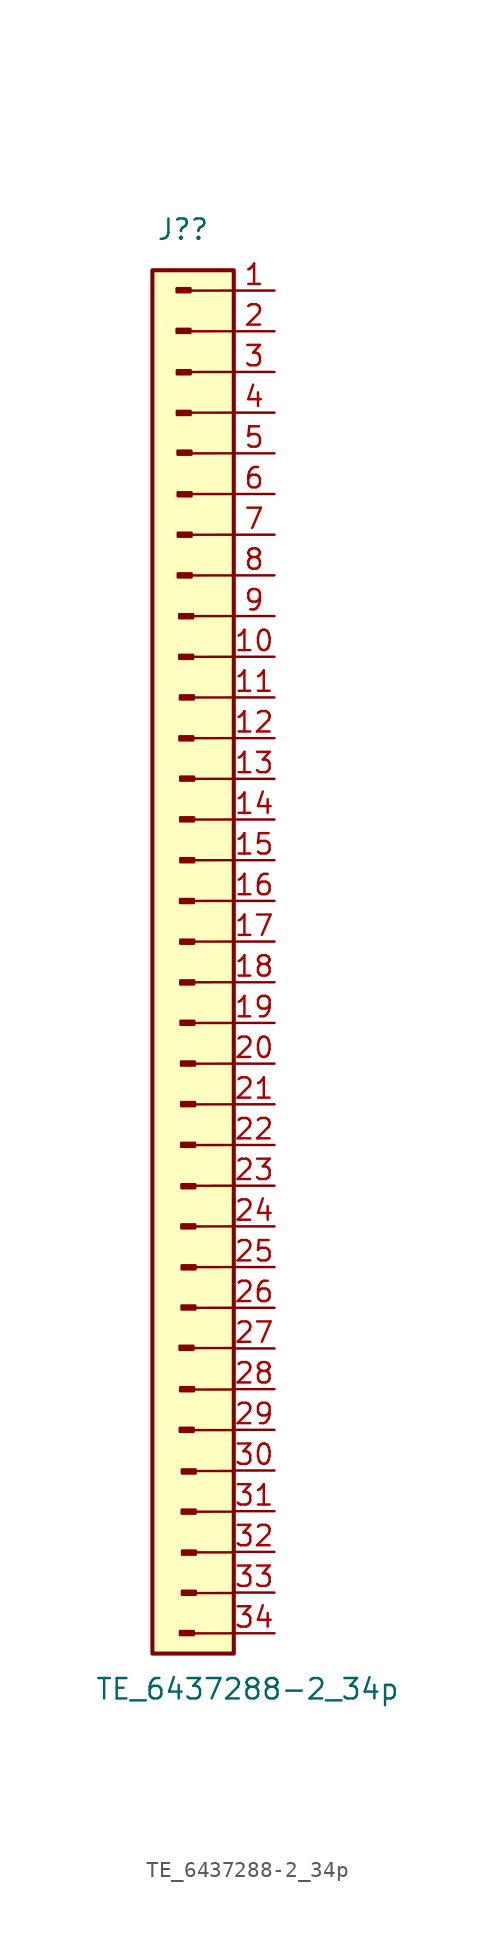
<source format=kicad_sym>
(kicad_symbol_lib
  (version 20220914)
  (generator kicad_symbol_editor)
  (symbol "TE_6437288-2_34p"
    (property "Reference" "J?"
      (at -3.175 3.81 0)
      (effects (font (size 1.27 1.27))))
    (property "Value" "TE_6437288-2_34p"
      (at 0.857 -87.307 0)
      (effects (font (size 1.27 1.27))))
    (symbol "TE_6437288-2_34p_0_1"
      (rectangle (start -5.08 1.27) (end 0 -85.09) (stroke (width 0.254) (type default)) (fill (type background)))
      (polyline (pts (xy -0.124 -66.015) (xy -2.764 -66.018)) (stroke (width 0) (type default)) (fill (type none)))
      (polyline (pts (xy -0.112 -71.136) (xy -2.752 -71.139)) (stroke (width 0) (type default)) (fill (type none)))
      (polyline (pts (xy -0.1 -83.824) (xy -2.74 -83.827)) (stroke (width 0) (type default)) (fill (type none)))
      (polyline (pts (xy -0.088 -68.603) (xy -2.728 -68.606)) (stroke (width 0) (type default)) (fill (type none)))
      (polyline (pts (xy 0 -63.5) (xy -2.64 -63.503)) (stroke (width 0) (type default)) (fill (type none)))
      (polyline (pts (xy 0 -60.96) (xy -2.64 -60.963)) (stroke (width 0) (type default)) (fill (type none)))
      (polyline (pts (xy 0 -58.42) (xy -2.64 -58.423)) (stroke (width 0) (type default)) (fill (type none)))
      (polyline (pts (xy 0 -55.88) (xy -2.64 -55.883)) (stroke (width 0) (type default)) (fill (type none)))
      (polyline (pts (xy 0 -53.34) (xy -2.64 -53.343)) (stroke (width 0) (type default)) (fill (type none)))
      (polyline (pts (xy 0 -50.8) (xy -2.64 -50.803)) (stroke (width 0) (type default)) (fill (type none)))
      (polyline (pts (xy 0 -48.26) (xy -2.64 -48.263)) (stroke (width 0) (type default)) (fill (type none)))
      (polyline (pts (xy 0 -45.72) (xy -2.64 -45.723)) (stroke (width 0) (type default)) (fill (type none)))
      (polyline (pts (xy 0 -43.18) (xy -2.64 -43.183)) (stroke (width 0) (type default)) (fill (type none)))
      (polyline (pts (xy 0 -40.64) (xy -2.64 -40.643)) (stroke (width 0) (type default)) (fill (type none)))
      (polyline (pts (xy 0 -38.1) (xy -2.64 -38.103)) (stroke (width 0) (type default)) (fill (type none)))
      (polyline (pts (xy 0 -35.56) (xy -2.64 -35.563)) (stroke (width 0) (type default)) (fill (type none)))
      (polyline (pts (xy 0 -33.02) (xy -2.64 -33.023)) (stroke (width 0) (type default)) (fill (type none)))
      (polyline (pts (xy 0 -30.48) (xy -2.64 -30.483)) (stroke (width 0) (type default)) (fill (type none)))
      (polyline (pts (xy 0 -27.94) (xy -2.64 -27.943)) (stroke (width 0) (type default)) (fill (type none)))
      (polyline (pts (xy 0 -25.4) (xy -2.64 -25.403)) (stroke (width 0) (type default)) (fill (type none)))
      (polyline (pts (xy 0 -22.86) (xy -2.64 -22.863)) (stroke (width 0) (type default)) (fill (type none)))
      (polyline (pts (xy 0 -20.32) (xy -2.64 -20.323)) (stroke (width 0) (type default)) (fill (type none)))
      (polyline (pts (xy 0 -17.78) (xy -2.64 -17.783)) (stroke (width 0) (type default)) (fill (type none)))
      (polyline (pts (xy 0 -15.24) (xy -2.64 -15.243)) (stroke (width 0) (type default)) (fill (type none)))
      (polyline (pts (xy 0 -12.7) (xy -2.64 -12.703)) (stroke (width 0) (type default)) (fill (type none)))
      (polyline (pts (xy 0 -10.16) (xy -2.64 -10.163)) (stroke (width 0) (type default)) (fill (type none)))
      (polyline (pts (xy 0 -7.62) (xy -2.64 -7.623)) (stroke (width 0) (type default)) (fill (type none)))
      (polyline (pts (xy 0 -5.08) (xy -2.64 -5.083)) (stroke (width 0) (type default)) (fill (type none)))
      (polyline (pts (xy 0 -2.54) (xy -2.64 -2.543)) (stroke (width 0) (type default)) (fill (type none)))
      (polyline (pts (xy 0 0) (xy -2.64 -0.003)) (stroke (width 0) (type default)) (fill (type none)))
      (polyline (pts (xy 0.024 -81.309) (xy -2.616 -81.312)) (stroke (width 0) (type default)) (fill (type none)))
      (polyline (pts (xy 0.024 -78.769) (xy -2.616 -78.772)) (stroke (width 0) (type default)) (fill (type none)))
      (polyline (pts (xy 0.024 -76.229) (xy -2.616 -76.232)) (stroke (width 0) (type default)) (fill (type none)))
      (polyline (pts (xy 0.024 -73.689) (xy -2.616 -73.692)) (stroke (width 0) (type default)) (fill (type none))))
    (symbol "TE_6437288-2_34p_1_1"
      (rectangle (start -2.705 -2.389) (end -3.569 -2.643) (stroke (width 0.152) (type default)) (fill (type outline)))
      (rectangle (start -2.705 0.15) (end -3.569 -0.103) (stroke (width 0.152) (type default)) (fill (type outline)))
      (rectangle (start -2.691 -7.513) (end -3.554 -7.766) (stroke (width 0.152) (type default)) (fill (type outline)))
      (rectangle (start -2.691 -4.973) (end -3.554 -5.226) (stroke (width 0.152) (type default)) (fill (type outline)))
      (rectangle (start -2.648 -9.991) (end -3.511 -10.245) (stroke (width 0.152) (type default)) (fill (type outline)))
      (rectangle (start -2.638 -12.591) (end -3.501 -12.845) (stroke (width 0.152) (type default)) (fill (type outline)))
      (rectangle (start -2.633 -17.654) (end -3.496 -17.908) (stroke (width 0.152) (type default)) (fill (type outline)))
      (rectangle (start -2.633 -15.114) (end -3.496 -15.368) (stroke (width 0.152) (type default)) (fill (type outline)))
      (rectangle (start -2.539 -22.74) (end -3.403 -22.994) (stroke (width 0.152) (type default)) (fill (type outline)))
      (rectangle (start -2.539 -20.2) (end -3.403 -20.454) (stroke (width 0.152) (type default)) (fill (type outline)))
      (rectangle (start -2.53 -27.826) (end -3.394 -28.079) (stroke (width 0.152) (type default)) (fill (type outline)))
      (rectangle (start -2.521 -65.872) (end -3.384 -66.126) (stroke (width 0.152) (type default)) (fill (type outline)))
      (rectangle (start -2.509 -70.993) (end -3.372 -71.247) (stroke (width 0.152) (type default)) (fill (type outline)))
      (rectangle (start -2.498 -25.27) (end -3.362 -25.524) (stroke (width 0.152) (type default)) (fill (type outline)))
      (rectangle (start -2.497 -83.681) (end -3.36 -83.935) (stroke (width 0.152) (type default)) (fill (type outline)))
      (rectangle (start -2.491 -37.983) (end -3.355 -38.237) (stroke (width 0.152) (type default)) (fill (type outline)))
      (rectangle (start -2.485 -68.46) (end -3.348 -68.714) (stroke (width 0.152) (type default)) (fill (type outline)))
      (rectangle (start -2.481 -32.882) (end -3.345 -33.136) (stroke (width 0.152) (type default)) (fill (type outline)))
      (rectangle (start -2.481 -30.342) (end -3.345 -30.596) (stroke (width 0.152) (type default)) (fill (type outline)))
      (rectangle (start -2.476 -43.061) (end -3.34 -43.315) (stroke (width 0.152) (type default)) (fill (type outline)))
      (rectangle (start -2.476 -40.521) (end -3.34 -40.775) (stroke (width 0.152) (type default)) (fill (type outline)))
      (rectangle (start -2.473 -35.434) (end -3.337 -35.688) (stroke (width 0.152) (type default)) (fill (type outline)))
      (rectangle (start -2.46 -45.582) (end -3.324 -45.836) (stroke (width 0.152) (type default)) (fill (type outline)))
      (rectangle (start -2.43 -48.127) (end -3.293 -48.381) (stroke (width 0.152) (type default)) (fill (type outline)))
      (rectangle (start -2.419 -53.202) (end -3.282 -53.456) (stroke (width 0.152) (type default)) (fill (type outline)))
      (rectangle (start -2.419 -50.662) (end -3.282 -50.916) (stroke (width 0.152) (type default)) (fill (type outline)))
      (rectangle (start -2.41 -58.292) (end -3.274 -58.546) (stroke (width 0.152) (type default)) (fill (type outline)))
      (rectangle (start -2.404 -55.785) (end -3.267 -56.039) (stroke (width 0.152) (type default)) (fill (type outline)))
      (rectangle (start -2.397 -63.357) (end -3.26 -63.611) (stroke (width 0.152) (type default)) (fill (type outline)))
      (rectangle (start -2.39 -60.85) (end -3.254 -61.104) (stroke (width 0.152) (type default)) (fill (type outline)))
      (rectangle (start -2.386 -76.1) (end -3.25 -76.355) (stroke (width 0.152) (type default)) (fill (type outline)))
      (rectangle (start -2.38 -73.594) (end -3.243 -73.848) (stroke (width 0.152) (type default)) (fill (type outline)))
      (rectangle (start -2.373 -81.165) (end -3.236 -81.419) (stroke (width 0.152) (type default)) (fill (type outline)))
      (rectangle (start -2.366 -78.659) (end -3.23 -78.913) (stroke (width 0.152) (type default)) (fill (type outline)))
      (pin bidirectional line (at 2.54 0 180) (length 2.54) (name "" (effects (font (size 1.27 1.27)))) (number "1" (effects (font (size 1.27 1.27)))))
      (pin bidirectional line (at 2.54 -22.86 180) (length 2.54) (name "" (effects (font (size 1.27 1.27)))) (number "10" (effects (font (size 1.27 1.27)))))
      (pin bidirectional line (at 2.54 -25.4 180) (length 2.54) (name "" (effects (font (size 1.27 1.27)))) (number "11" (effects (font (size 1.27 1.27)))))
      (pin bidirectional line (at 2.54 -27.94 180) (length 2.54) (name "" (effects (font (size 1.27 1.27)))) (number "12" (effects (font (size 1.27 1.27)))))
      (pin bidirectional line (at 2.54 -30.48 180) (length 2.54) (name "" (effects (font (size 1.27 1.27)))) (number "13" (effects (font (size 1.27 1.27)))))
      (pin bidirectional line (at 2.54 -33.02 180) (length 2.54) (name "" (effects (font (size 1.27 1.27)))) (number "14" (effects (font (size 1.27 1.27)))))
      (pin bidirectional line (at 2.54 -35.56 180) (length 2.54) (name "" (effects (font (size 1.27 1.27)))) (number "15" (effects (font (size 1.27 1.27)))))
      (pin bidirectional line (at 2.54 -38.1 180) (length 2.54) (name "" (effects (font (size 1.27 1.27)))) (number "16" (effects (font (size 1.27 1.27)))))
      (pin bidirectional line (at 2.54 -40.64 180) (length 2.54) (name "" (effects (font (size 1.27 1.27)))) (number "17" (effects (font (size 1.27 1.27)))))
      (pin bidirectional line (at 2.54 -43.18 180) (length 2.54) (name "" (effects (font (size 1.27 1.27)))) (number "18" (effects (font (size 1.27 1.27)))))
      (pin bidirectional line (at 2.54 -45.72 180) (length 2.54) (name "" (effects (font (size 1.27 1.27)))) (number "19" (effects (font (size 1.27 1.27)))))
      (pin bidirectional line (at 2.54 -2.54 180) (length 2.54) (name "" (effects (font (size 1.27 1.27)))) (number "2" (effects (font (size 1.27 1.27)))))
      (pin bidirectional line (at 2.54 -48.26 180) (length 2.54) (name "" (effects (font (size 1.27 1.27)))) (number "20" (effects (font (size 1.27 1.27)))))
      (pin bidirectional line (at 2.54 -50.8 180) (length 2.54) (name "" (effects (font (size 1.27 1.27)))) (number "21" (effects (font (size 1.27 1.27)))))
      (pin bidirectional line (at 2.54 -53.34 180) (length 2.54) (name "" (effects (font (size 1.27 1.27)))) (number "22" (effects (font (size 1.27 1.27)))))
      (pin bidirectional line (at 2.54 -55.88 180) (length 2.54) (name "" (effects (font (size 1.27 1.27)))) (number "23" (effects (font (size 1.27 1.27)))))
      (pin bidirectional line (at 2.54 -58.42 180) (length 2.54) (name "" (effects (font (size 1.27 1.27)))) (number "24" (effects (font (size 1.27 1.27)))))
      (pin bidirectional line (at 2.54 -60.96 180) (length 2.54) (name "" (effects (font (size 1.27 1.27)))) (number "25" (effects (font (size 1.27 1.27)))))
      (pin bidirectional line (at 2.54 -63.5 180) (length 2.54) (name "" (effects (font (size 1.27 1.27)))) (number "26" (effects (font (size 1.27 1.27)))))
      (pin bidirectional line (at 2.54 -66.04 180) (length 2.54) (name "" (effects (font (size 1.27 1.27)))) (number "27" (effects (font (size 1.27 1.27)))))
      (pin bidirectional line (at 2.54 -68.58 180) (length 2.54) (name "" (effects (font (size 1.27 1.27)))) (number "28" (effects (font (size 1.27 1.27)))))
      (pin bidirectional line (at 2.54 -71.12 180) (length 2.54) (name "" (effects (font (size 1.27 1.27)))) (number "29" (effects (font (size 1.27 1.27)))))
      (pin bidirectional line (at 2.54 -5.08 180) (length 2.54) (name "" (effects (font (size 1.27 1.27)))) (number "3" (effects (font (size 1.27 1.27)))))
      (pin bidirectional line (at 2.54 -73.66 180) (length 2.54) (name "" (effects (font (size 1.27 1.27)))) (number "30" (effects (font (size 1.27 1.27)))))
      (pin bidirectional line (at 2.54 -76.2 180) (length 2.54) (name "" (effects (font (size 1.27 1.27)))) (number "31" (effects (font (size 1.27 1.27)))))
      (pin bidirectional line (at 2.54 -78.74 180) (length 2.54) (name "" (effects (font (size 1.27 1.27)))) (number "32" (effects (font (size 1.27 1.27)))))
      (pin bidirectional line (at 2.54 -81.28 180) (length 2.54) (name "" (effects (font (size 1.27 1.27)))) (number "33" (effects (font (size 1.27 1.27)))))
      (pin bidirectional line (at 2.54 -83.82 180) (length 2.54) (name "" (effects (font (size 1.27 1.27)))) (number "34" (effects (font (size 1.27 1.27)))))
      (pin bidirectional line (at 2.54 -7.62 180) (length 2.54) (name "" (effects (font (size 1.27 1.27)))) (number "4" (effects (font (size 1.27 1.27)))))
      (pin bidirectional line (at 2.54 -10.16 180) (length 2.54) (name "" (effects (font (size 1.27 1.27)))) (number "5" (effects (font (size 1.27 1.27)))))
      (pin bidirectional line (at 2.54 -12.7 180) (length 2.54) (name "" (effects (font (size 1.27 1.27)))) (number "6" (effects (font (size 1.27 1.27)))))
      (pin bidirectional line (at 2.54 -15.24 180) (length 2.54) (name "" (effects (font (size 1.27 1.27)))) (number "7" (effects (font (size 1.27 1.27)))))
      (pin bidirectional line (at 2.54 -17.78 180) (length 2.54) (name "" (effects (font (size 1.27 1.27)))) (number "8" (effects (font (size 1.27 1.27)))))
      (pin bidirectional line (at 2.54 -20.32 180) (length 2.54) (name "" (effects (font (size 1.27 1.27)))) (number "9" (effects (font (size 1.27 1.27))))))))
</source>
